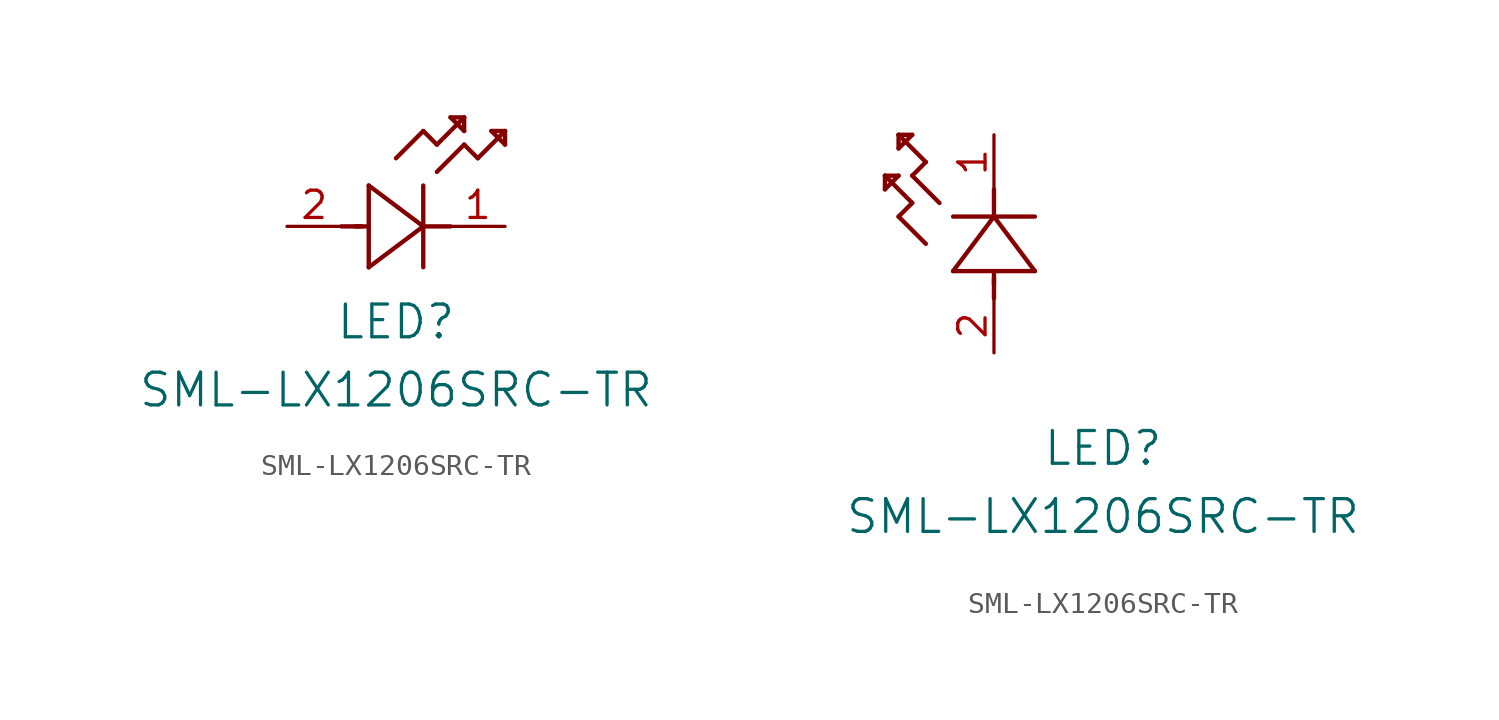
<source format=kicad_sym>
(kicad_symbol_lib
  (version 20211014)
  (generator kicad_symbol_editor)
  (symbol "SML-LX1206SRC-TR"
    (pin_names
      (offset 0.254))
    (property "Reference" "LED"
      (at 5.08 -4.445 0)
      (effects (font (size 1.524 1.524))))
    (property "Value" "SML-LX1206SRC-TR"
      (at 5.08 -7.62 0)
      (effects (font (size 1.524 1.524))))
    (symbol "SML-LX1206SRC-TR_1_1"
      (polyline (pts (xy 2.54 0) (xy 3.48 0)) (stroke (width 0.203) (type default) (color 0 0 0 0)) (fill (type none)))
      (polyline (pts (xy 3.81 1.905) (xy 3.81 -1.905)) (stroke (width 0.203) (type default) (color 0 0 0 0)) (fill (type none)))
      (polyline (pts (xy 3.175 0) (xy 3.81 0)) (stroke (width 0.203) (type default) (color 0 0 0 0)) (fill (type none)))
      (polyline (pts (xy 6.35 -1.905) (xy 6.35 1.905)) (stroke (width 0.203) (type default) (color 0 0 0 0)) (fill (type none)))
      (polyline (pts (xy 6.35 0) (xy 7.62 0)) (stroke (width 0.203) (type default) (color 0 0 0 0)) (fill (type none)))
      (polyline (pts (xy 6.35 4.445) (xy 6.985 3.81)) (stroke (width 0.203) (type default) (color 0 0 0 0)) (fill (type none)))
      (polyline (pts (xy 6.985 3.81) (xy 8.255 5.08)) (stroke (width 0.203) (type default) (color 0 0 0 0)) (fill (type none)))
      (polyline (pts (xy 8.255 3.81) (xy 8.89 3.175)) (stroke (width 0.203) (type default) (color 0 0 0 0)) (fill (type none)))
      (polyline (pts (xy 8.89 3.175) (xy 10.16 4.445)) (stroke (width 0.203) (type default) (color 0 0 0 0)) (fill (type none)))
      (polyline (pts (xy 8.255 5.08) (xy 7.62 5.08)) (stroke (width 0.203) (type default) (color 0 0 0 0)) (fill (type none)))
      (polyline (pts (xy 7.62 5.08) (xy 8.255 4.445)) (stroke (width 0.203) (type default) (color 0 0 0 0)) (fill (type none)))
      (polyline (pts (xy 8.255 4.445) (xy 8.255 5.08)) (stroke (width 0.203) (type default) (color 0 0 0 0)) (fill (type none)))
      (polyline (pts (xy 10.16 4.445) (xy 9.525 4.445)) (stroke (width 0.203) (type default) (color 0 0 0 0)) (fill (type none)))
      (polyline (pts (xy 9.525 4.445) (xy 10.16 3.81)) (stroke (width 0.203) (type default) (color 0 0 0 0)) (fill (type none)))
      (polyline (pts (xy 10.16 3.81) (xy 10.16 4.445)) (stroke (width 0.203) (type default) (color 0 0 0 0)) (fill (type none)))
      (polyline (pts (xy 6.985 2.54) (xy 8.255 3.81)) (stroke (width 0.203) (type default) (color 0 0 0 0)) (fill (type none)))
      (polyline (pts (xy 6.35 0) (xy 3.81 1.905)) (stroke (width 0.203) (type default) (color 0 0 0 0)) (fill (type none)))
      (polyline (pts (xy 3.81 -1.905) (xy 6.35 0)) (stroke (width 0.203) (type default) (color 0 0 0 0)) (fill (type none)))
      (polyline (pts (xy 5.08 3.175) (xy 6.35 4.445)) (stroke (width 0.203) (type default) (color 0 0 0 0)) (fill (type none)))
      (pin unspecified line (at 10.16 0 180) (length 2.54) (name "" (effects (font (size 1.27 1.27)))) (number "1" (effects (font (size 1.27 1.27)))))
      (pin unspecified line (at 0 0 0) (length 2.54) (name "" (effects (font (size 1.27 1.27)))) (number "2" (effects (font (size 1.27 1.27))))))
    (symbol "SML-LX1206SRC-TR_1_2"
      (polyline (pts (xy 0 2.54) (xy 0 3.48)) (stroke (width 0.203) (type default) (color 0 0 0 0)) (fill (type none)))
      (polyline (pts (xy -1.905 3.81) (xy 1.905 3.81)) (stroke (width 0.203) (type default) (color 0 0 0 0)) (fill (type none)))
      (polyline (pts (xy 0 3.175) (xy 0 3.81)) (stroke (width 0.203) (type default) (color 0 0 0 0)) (fill (type none)))
      (polyline (pts (xy 1.905 6.35) (xy -1.905 6.35)) (stroke (width 0.203) (type default) (color 0 0 0 0)) (fill (type none)))
      (polyline (pts (xy 0 6.35) (xy 0 7.62)) (stroke (width 0.203) (type default) (color 0 0 0 0)) (fill (type none)))
      (polyline (pts (xy 0 6.35) (xy -1.905 3.81)) (stroke (width 0.203) (type default) (color 0 0 0 0)) (fill (type none)))
      (polyline (pts (xy 1.905 3.81) (xy 0 6.35)) (stroke (width 0.203) (type default) (color 0 0 0 0)) (fill (type none)))
      (polyline (pts (xy -4.445 6.35) (xy -3.81 6.985)) (stroke (width 0.203) (type default) (color 0 0 0 0)) (fill (type none)))
      (polyline (pts (xy -2.54 6.985) (xy -3.81 8.255)) (stroke (width 0.203) (type default) (color 0 0 0 0)) (fill (type none)))
      (polyline (pts (xy -3.175 5.08) (xy -4.445 6.35)) (stroke (width 0.203) (type default) (color 0 0 0 0)) (fill (type none)))
      (polyline (pts (xy -4.445 10.16) (xy -4.445 9.525)) (stroke (width 0.203) (type default) (color 0 0 0 0)) (fill (type none)))
      (polyline (pts (xy -4.445 9.525) (xy -3.81 10.16)) (stroke (width 0.203) (type default) (color 0 0 0 0)) (fill (type none)))
      (polyline (pts (xy -3.81 10.16) (xy -4.445 10.16)) (stroke (width 0.203) (type default) (color 0 0 0 0)) (fill (type none)))
      (polyline (pts (xy -3.81 8.255) (xy -3.175 8.89)) (stroke (width 0.203) (type default) (color 0 0 0 0)) (fill (type none)))
      (polyline (pts (xy -3.175 8.89) (xy -4.445 10.16)) (stroke (width 0.203) (type default) (color 0 0 0 0)) (fill (type none)))
      (polyline (pts (xy -3.81 6.985) (xy -5.08 8.255)) (stroke (width 0.203) (type default) (color 0 0 0 0)) (fill (type none)))
      (polyline (pts (xy -5.08 8.255) (xy -5.08 7.62)) (stroke (width 0.203) (type default) (color 0 0 0 0)) (fill (type none)))
      (polyline (pts (xy -5.08 7.62) (xy -4.445 8.255)) (stroke (width 0.203) (type default) (color 0 0 0 0)) (fill (type none)))
      (polyline (pts (xy -4.445 8.255) (xy -5.08 8.255)) (stroke (width 0.203) (type default) (color 0 0 0 0)) (fill (type none)))
      (pin unspecified line (at 0 10.16 270) (length 2.54) (name "" (effects (font (size 1.27 1.27)))) (number "1" (effects (font (size 1.27 1.27)))))
      (pin unspecified line (at 0 0 90) (length 2.54) (name "" (effects (font (size 1.27 1.27)))) (number "2" (effects (font (size 1.27 1.27))))))))
</source>
